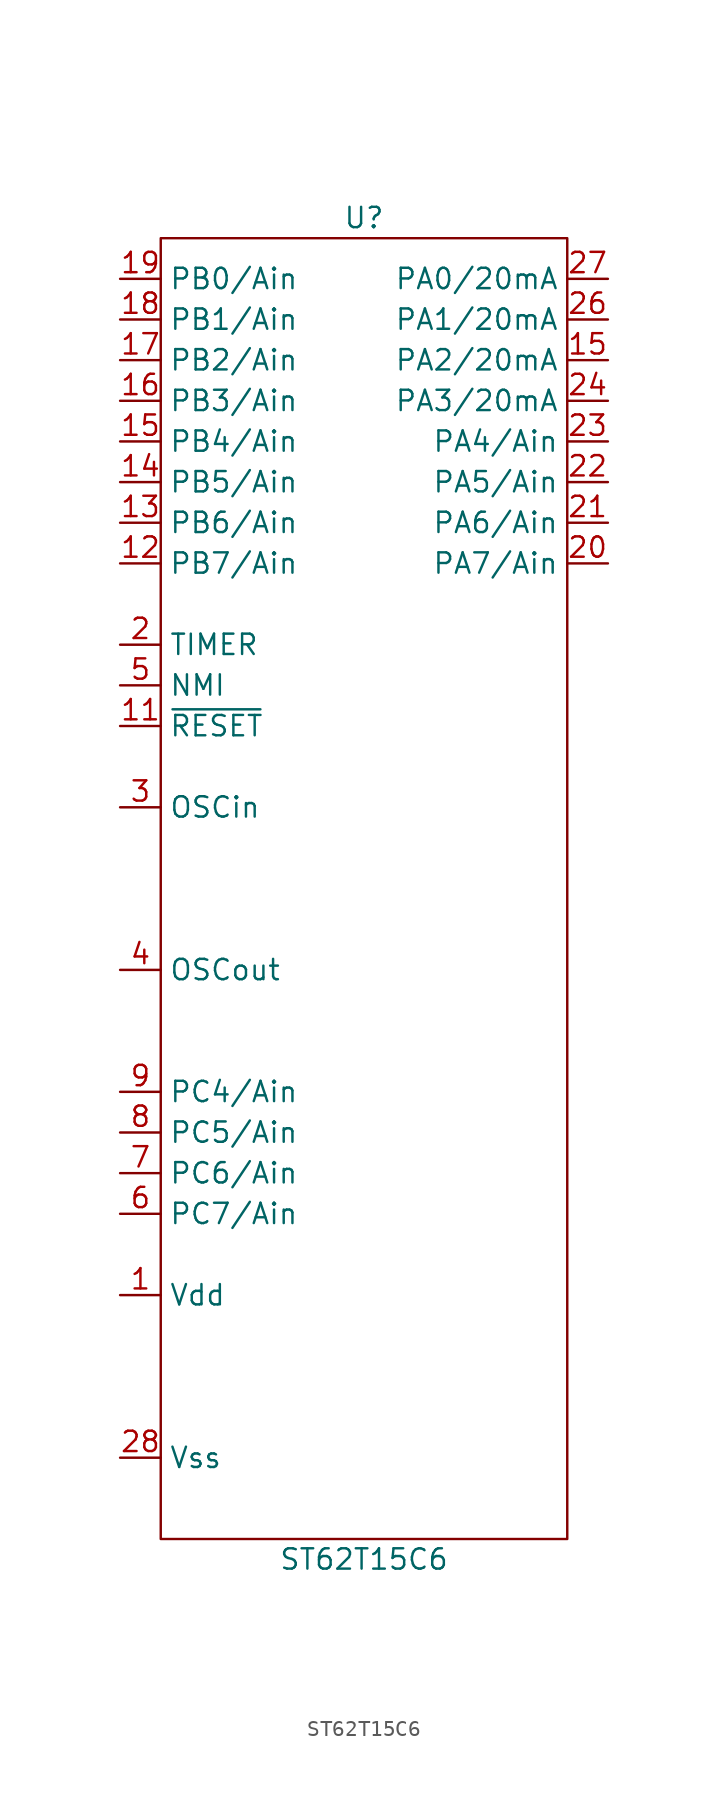
<source format=kicad_sym>
(kicad_symbol_lib
  (version 20211014)
  (generator kicad_symbol_editor)
  (symbol "ST62T15C6"
    (property "Reference" "U"
      (at 0 41.91 0)
      (effects (font (size 1.27 1.27))))
    (property "Value" "ST62T15C6"
      (at 0 -41.91 0)
      (effects (font (size 1.27 1.27))))
    (symbol "ST62T15C6_0_1"
      (rectangle (start -12.7 40.64) (end 12.7 -40.64) (stroke (width 0) (type default) (color 0 0 0 0)) (fill (type none))))
    (symbol "ST62T15C6_1_1"
      (pin power_in line (at -15.24 -25.4 0) (length 2.54) (name "Vdd" (effects (font (size 1.27 1.27)))) (number "1" (effects (font (size 1.27 1.27)))))
      (pin input line (at -15.24 10.16 0) (length 2.54) (name "~{RESET}" (effects (font (size 1.27 1.27)))) (number "11" (effects (font (size 1.27 1.27)))))
      (pin bidirectional line (at -15.24 20.32 0) (length 2.54) (name "PB7/Ain" (effects (font (size 1.27 1.27)))) (number "12" (effects (font (size 1.27 1.27)))))
      (pin bidirectional line (at -15.24 22.86 0) (length 2.54) (name "PB6/Ain" (effects (font (size 1.27 1.27)))) (number "13" (effects (font (size 1.27 1.27)))))
      (pin bidirectional line (at -15.24 25.4 0) (length 2.54) (name "PB5/Ain" (effects (font (size 1.27 1.27)))) (number "14" (effects (font (size 1.27 1.27)))))
      (pin bidirectional line (at 15.24 33.02 180) (length 2.54) (name "PA2/20mA" (effects (font (size 1.27 1.27)))) (number "15" (effects (font (size 1.27 1.27)))))
      (pin bidirectional line (at -15.24 27.94 0) (length 2.54) (name "PB4/Ain" (effects (font (size 1.27 1.27)))) (number "15" (effects (font (size 1.27 1.27)))))
      (pin bidirectional line (at -15.24 30.48 0) (length 2.54) (name "PB3/Ain" (effects (font (size 1.27 1.27)))) (number "16" (effects (font (size 1.27 1.27)))))
      (pin bidirectional line (at -15.24 33.02 0) (length 2.54) (name "PB2/Ain" (effects (font (size 1.27 1.27)))) (number "17" (effects (font (size 1.27 1.27)))))
      (pin bidirectional line (at -15.24 35.56 0) (length 2.54) (name "PB1/Ain" (effects (font (size 1.27 1.27)))) (number "18" (effects (font (size 1.27 1.27)))))
      (pin bidirectional line (at -15.24 38.1 0) (length 2.54) (name "PB0/Ain" (effects (font (size 1.27 1.27)))) (number "19" (effects (font (size 1.27 1.27)))))
      (pin input line (at -15.24 15.24 0) (length 2.54) (name "TIMER" (effects (font (size 1.27 1.27)))) (number "2" (effects (font (size 1.27 1.27)))))
      (pin bidirectional line (at 15.24 20.32 180) (length 2.54) (name "PA7/Ain" (effects (font (size 1.27 1.27)))) (number "20" (effects (font (size 1.27 1.27)))))
      (pin bidirectional line (at 15.24 22.86 180) (length 2.54) (name "PA6/Ain" (effects (font (size 1.27 1.27)))) (number "21" (effects (font (size 1.27 1.27)))))
      (pin bidirectional line (at 15.24 25.4 180) (length 2.54) (name "PA5/Ain" (effects (font (size 1.27 1.27)))) (number "22" (effects (font (size 1.27 1.27)))))
      (pin bidirectional line (at 15.24 27.94 180) (length 2.54) (name "PA4/Ain" (effects (font (size 1.27 1.27)))) (number "23" (effects (font (size 1.27 1.27)))))
      (pin bidirectional line (at 15.24 30.48 180) (length 2.54) (name "PA3/20mA" (effects (font (size 1.27 1.27)))) (number "24" (effects (font (size 1.27 1.27)))))
      (pin bidirectional line (at 15.24 35.56 180) (length 2.54) (name "PA1/20mA" (effects (font (size 1.27 1.27)))) (number "26" (effects (font (size 1.27 1.27)))))
      (pin bidirectional line (at 15.24 38.1 180) (length 2.54) (name "PA0/20mA" (effects (font (size 1.27 1.27)))) (number "27" (effects (font (size 1.27 1.27)))))
      (pin power_in line (at -15.24 -35.56 0) (length 2.54) (name "Vss" (effects (font (size 1.27 1.27)))) (number "28" (effects (font (size 1.27 1.27)))))
      (pin input line (at -15.24 5.08 0) (length 2.54) (name "OSCin" (effects (font (size 1.27 1.27)))) (number "3" (effects (font (size 1.27 1.27)))))
      (pin output line (at -15.24 -5.08 0) (length 2.54) (name "OSCout" (effects (font (size 1.27 1.27)))) (number "4" (effects (font (size 1.27 1.27)))))
      (pin input line (at -15.24 12.7 0) (length 2.54) (name "NMI" (effects (font (size 1.27 1.27)))) (number "5" (effects (font (size 1.27 1.27)))))
      (pin bidirectional line (at -15.24 -20.32 0) (length 2.54) (name "PC7/Ain" (effects (font (size 1.27 1.27)))) (number "6" (effects (font (size 1.27 1.27)))))
      (pin bidirectional line (at -15.24 -17.78 0) (length 2.54) (name "PC6/Ain" (effects (font (size 1.27 1.27)))) (number "7" (effects (font (size 1.27 1.27)))))
      (pin bidirectional line (at -15.24 -15.24 0) (length 2.54) (name "PC5/Ain" (effects (font (size 1.27 1.27)))) (number "8" (effects (font (size 1.27 1.27)))))
      (pin bidirectional line (at -15.24 -12.7 0) (length 2.54) (name "PC4/Ain" (effects (font (size 1.27 1.27)))) (number "9" (effects (font (size 1.27 1.27))))))))
</source>
